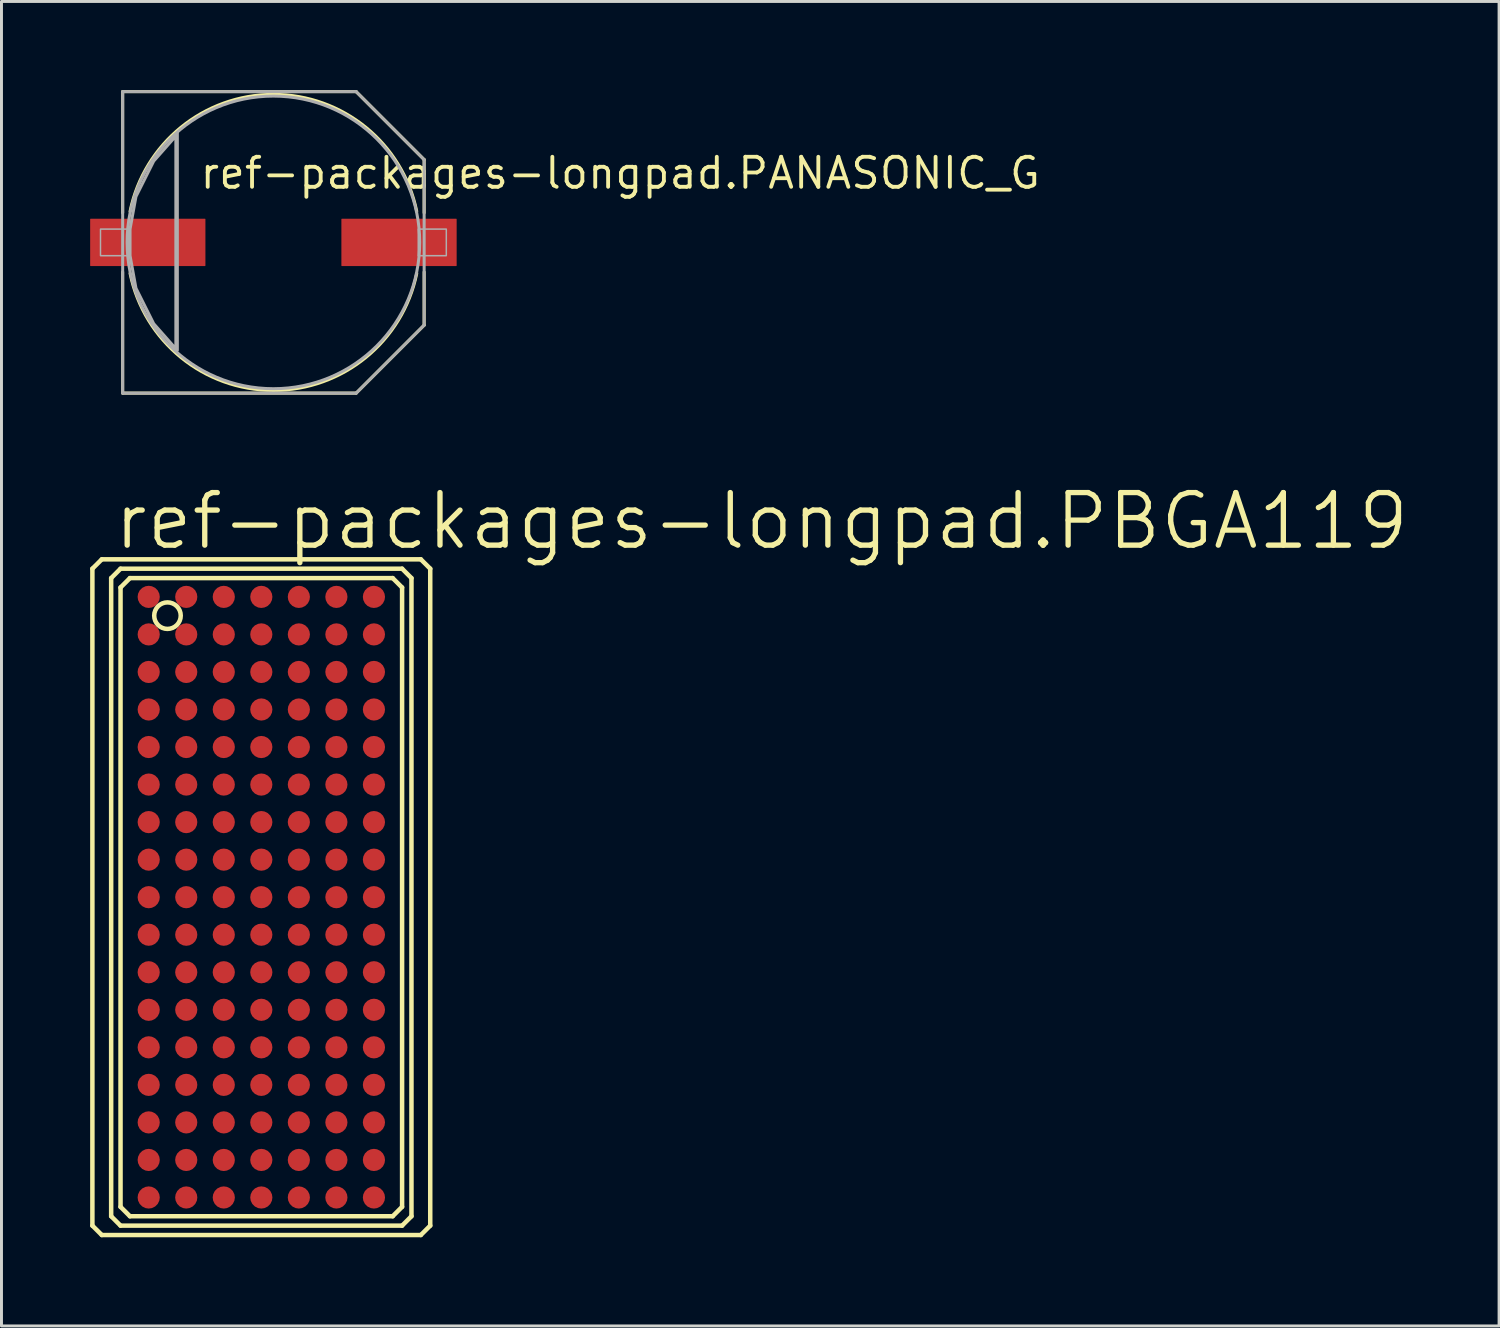
<source format=kicad_pcb>
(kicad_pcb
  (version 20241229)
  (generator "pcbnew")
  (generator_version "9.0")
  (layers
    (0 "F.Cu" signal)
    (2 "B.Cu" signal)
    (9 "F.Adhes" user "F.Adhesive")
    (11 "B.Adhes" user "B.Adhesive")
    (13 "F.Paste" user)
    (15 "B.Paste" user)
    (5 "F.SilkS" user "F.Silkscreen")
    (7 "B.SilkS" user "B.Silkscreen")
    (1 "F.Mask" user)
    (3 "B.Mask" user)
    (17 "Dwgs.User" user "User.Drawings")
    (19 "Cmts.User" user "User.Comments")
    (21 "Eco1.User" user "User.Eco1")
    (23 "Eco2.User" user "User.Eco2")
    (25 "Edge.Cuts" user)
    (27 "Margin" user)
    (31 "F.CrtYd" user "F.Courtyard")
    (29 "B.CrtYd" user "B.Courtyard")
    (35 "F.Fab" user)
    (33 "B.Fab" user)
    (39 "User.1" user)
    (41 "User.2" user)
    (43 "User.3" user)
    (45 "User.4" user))
  (footprint "ref-packages-longpad.PBGA119"
    (layer "F.Cu")
    (at 5.791 27.304)
    (property "Reference" "ref-packages-longpad.PBGA119" (at -5.08 -11.684 0) (layer "F.SilkS") (effects (font (size 1.778 1.778) (thickness 0.18)) (justify left bottom)))
    (attr smd)
    (fp_line (start -5.715 -11.113) (end -5.715 11.113) (stroke (width 0.152) (type default)) (layer "F.SilkS"))
    (fp_line (start -5.715 11.113) (end -5.397 11.43) (stroke (width 0.152) (type default)) (layer "F.SilkS"))
    (fp_line (start -5.397 -11.43) (end -5.715 -11.113) (stroke (width 0.152) (type default)) (layer "F.SilkS"))
    (fp_line (start -5.397 11.43) (end 5.397 11.43) (stroke (width 0.152) (type default)) (layer "F.SilkS"))
    (fp_line (start -5.08 -10.795) (end -5.08 10.795) (stroke (width 0.152) (type default)) (layer "F.SilkS"))
    (fp_line (start -5.08 10.795) (end -4.763 11.113) (stroke (width 0.152) (type default)) (layer "F.SilkS"))
    (fp_line (start -4.763 -11.113) (end -5.08 -10.795) (stroke (width 0.152) (type default)) (layer "F.SilkS"))
    (fp_line (start -4.763 -10.477) (end -4.763 10.477) (stroke (width 0.152) (type default)) (layer "F.SilkS"))
    (fp_line (start -4.763 10.477) (end -4.445 10.795) (stroke (width 0.152) (type default)) (layer "F.SilkS"))
    (fp_line (start -4.763 11.113) (end 4.763 11.113) (stroke (width 0.152) (type default)) (layer "F.SilkS"))
    (fp_line (start -4.445 -10.795) (end -4.763 -10.477) (stroke (width 0.152) (type default)) (layer "F.SilkS"))
    (fp_line (start -4.445 10.795) (end 4.445 10.795) (stroke (width 0.152) (type default)) (layer "F.SilkS"))
    (fp_line (start 4.445 -10.795) (end -4.445 -10.795) (stroke (width 0.152) (type default)) (layer "F.SilkS"))
    (fp_line (start 4.445 10.795) (end 4.763 10.477) (stroke (width 0.152) (type default)) (layer "F.SilkS"))
    (fp_line (start 4.763 -11.113) (end -4.763 -11.113) (stroke (width 0.152) (type default)) (layer "F.SilkS"))
    (fp_line (start 4.763 -10.477) (end 4.445 -10.795) (stroke (width 0.152) (type default)) (layer "F.SilkS"))
    (fp_line (start 4.763 10.477) (end 4.763 -10.477) (stroke (width 0.152) (type default)) (layer "F.SilkS"))
    (fp_line (start 4.763 11.113) (end 5.08 10.795) (stroke (width 0.152) (type default)) (layer "F.SilkS"))
    (fp_line (start 5.08 -10.795) (end 4.763 -11.113) (stroke (width 0.152) (type default)) (layer "F.SilkS"))
    (fp_line (start 5.08 10.795) (end 5.08 -10.795) (stroke (width 0.152) (type default)) (layer "F.SilkS"))
    (fp_line (start 5.397 -11.43) (end -5.397 -11.43) (stroke (width 0.152) (type default)) (layer "F.SilkS"))
    (fp_line (start 5.397 11.43) (end 5.715 11.113) (stroke (width 0.152) (type default)) (layer "F.SilkS"))
    (fp_line (start 5.715 -11.113) (end 5.397 -11.43) (stroke (width 0.152) (type default)) (layer "F.SilkS"))
    (fp_line (start 5.715 11.113) (end 5.715 -11.113) (stroke (width 0.152) (type default)) (layer "F.SilkS"))
    (fp_circle (center -3.175 -9.525) (end -2.726 -9.525) (stroke (width 0.152) (type default)) (fill no) (layer "F.SilkS"))
    (pad "1" smd roundrect (at -3.81 -10.16) (size 0.75 0.75) (layers "F.Cu" "F.Mask" "F.Paste") (roundrect_rratio 0.5))
    (pad "2" smd roundrect (at -2.54 -10.16) (size 0.75 0.75) (layers "F.Cu" "F.Mask" "F.Paste") (roundrect_rratio 0.5))
    (pad "3" smd roundrect (at -1.27 -10.16) (size 0.75 0.75) (layers "F.Cu" "F.Mask" "F.Paste") (roundrect_rratio 0.5))
    (pad "4" smd roundrect (at 0 -10.16) (size 0.75 0.75) (layers "F.Cu" "F.Mask" "F.Paste") (roundrect_rratio 0.5))
    (pad "5" smd roundrect (at 1.27 -10.16) (size 0.75 0.75) (layers "F.Cu" "F.Mask" "F.Paste") (roundrect_rratio 0.5))
    (pad "6" smd roundrect (at 2.54 -10.16) (size 0.75 0.75) (layers "F.Cu" "F.Mask" "F.Paste") (roundrect_rratio 0.5))
    (pad "7" smd roundrect (at 3.81 -10.16) (size 0.75 0.75) (layers "F.Cu" "F.Mask" "F.Paste") (roundrect_rratio 0.5))
    (pad "8" smd roundrect (at -3.81 -8.89) (size 0.75 0.75) (layers "F.Cu" "F.Mask" "F.Paste") (roundrect_rratio 0.5))
    (pad "9" smd roundrect (at -2.54 -8.89) (size 0.75 0.75) (layers "F.Cu" "F.Mask" "F.Paste") (roundrect_rratio 0.5))
    (pad "10" smd roundrect (at -1.27 -8.89) (size 0.75 0.75) (layers "F.Cu" "F.Mask" "F.Paste") (roundrect_rratio 0.5))
    (pad "11" smd roundrect (at 0 -8.89) (size 0.75 0.75) (layers "F.Cu" "F.Mask" "F.Paste") (roundrect_rratio 0.5))
    (pad "12" smd roundrect (at 1.27 -8.89) (size 0.75 0.75) (layers "F.Cu" "F.Mask" "F.Paste") (roundrect_rratio 0.5))
    (pad "13" smd roundrect (at 2.54 -8.89) (size 0.75 0.75) (layers "F.Cu" "F.Mask" "F.Paste") (roundrect_rratio 0.5))
    (pad "14" smd roundrect (at 3.81 -8.89) (size 0.75 0.75) (layers "F.Cu" "F.Mask" "F.Paste") (roundrect_rratio 0.5))
    (pad "15" smd roundrect (at -3.81 -7.62) (size 0.75 0.75) (layers "F.Cu" "F.Mask" "F.Paste") (roundrect_rratio 0.5))
    (pad "16" smd roundrect (at -2.54 -7.62) (size 0.75 0.75) (layers "F.Cu" "F.Mask" "F.Paste") (roundrect_rratio 0.5))
    (pad "17" smd roundrect (at -1.27 -7.62) (size 0.75 0.75) (layers "F.Cu" "F.Mask" "F.Paste") (roundrect_rratio 0.5))
    (pad "18" smd roundrect (at 0 -7.62) (size 0.75 0.75) (layers "F.Cu" "F.Mask" "F.Paste") (roundrect_rratio 0.5))
    (pad "19" smd roundrect (at 1.27 -7.62) (size 0.75 0.75) (layers "F.Cu" "F.Mask" "F.Paste") (roundrect_rratio 0.5))
    (pad "20" smd roundrect (at 2.54 -7.62) (size 0.75 0.75) (layers "F.Cu" "F.Mask" "F.Paste") (roundrect_rratio 0.5))
    (pad "21" smd roundrect (at 3.81 -7.62) (size 0.75 0.75) (layers "F.Cu" "F.Mask" "F.Paste") (roundrect_rratio 0.5))
    (pad "22" smd roundrect (at -3.81 -6.35) (size 0.75 0.75) (layers "F.Cu" "F.Mask" "F.Paste") (roundrect_rratio 0.5))
    (pad "23" smd roundrect (at -2.54 -6.35) (size 0.75 0.75) (layers "F.Cu" "F.Mask" "F.Paste") (roundrect_rratio 0.5))
    (pad "24" smd roundrect (at -1.27 -6.35) (size 0.75 0.75) (layers "F.Cu" "F.Mask" "F.Paste") (roundrect_rratio 0.5))
    (pad "25" smd roundrect (at 0 -6.35) (size 0.75 0.75) (layers "F.Cu" "F.Mask" "F.Paste") (roundrect_rratio 0.5))
    (pad "26" smd roundrect (at 1.27 -6.35) (size 0.75 0.75) (layers "F.Cu" "F.Mask" "F.Paste") (roundrect_rratio 0.5))
    (pad "27" smd roundrect (at 2.54 -6.35) (size 0.75 0.75) (layers "F.Cu" "F.Mask" "F.Paste") (roundrect_rratio 0.5))
    (pad "28" smd roundrect (at 3.81 -6.35) (size 0.75 0.75) (layers "F.Cu" "F.Mask" "F.Paste") (roundrect_rratio 0.5))
    (pad "29" smd roundrect (at -3.81 -5.08) (size 0.75 0.75) (layers "F.Cu" "F.Mask" "F.Paste") (roundrect_rratio 0.5))
    (pad "30" smd roundrect (at -2.54 -5.08) (size 0.75 0.75) (layers "F.Cu" "F.Mask" "F.Paste") (roundrect_rratio 0.5))
    (pad "31" smd roundrect (at -1.27 -5.08) (size 0.75 0.75) (layers "F.Cu" "F.Mask" "F.Paste") (roundrect_rratio 0.5))
    (pad "32" smd roundrect (at 0 -5.08) (size 0.75 0.75) (layers "F.Cu" "F.Mask" "F.Paste") (roundrect_rratio 0.5))
    (pad "33" smd roundrect (at 1.27 -5.08) (size 0.75 0.75) (layers "F.Cu" "F.Mask" "F.Paste") (roundrect_rratio 0.5))
    (pad "34" smd roundrect (at 2.54 -5.08) (size 0.75 0.75) (layers "F.Cu" "F.Mask" "F.Paste") (roundrect_rratio 0.5))
    (pad "35" smd roundrect (at 3.81 -5.08) (size 0.75 0.75) (layers "F.Cu" "F.Mask" "F.Paste") (roundrect_rratio 0.5))
    (pad "36" smd roundrect (at -3.81 -3.81) (size 0.75 0.75) (layers "F.Cu" "F.Mask" "F.Paste") (roundrect_rratio 0.5))
    (pad "37" smd roundrect (at -2.54 -3.81) (size 0.75 0.75) (layers "F.Cu" "F.Mask" "F.Paste") (roundrect_rratio 0.5))
    (pad "38" smd roundrect (at -1.27 -3.81) (size 0.75 0.75) (layers "F.Cu" "F.Mask" "F.Paste") (roundrect_rratio 0.5))
    (pad "39" smd roundrect (at 0 -3.81) (size 0.75 0.75) (layers "F.Cu" "F.Mask" "F.Paste") (roundrect_rratio 0.5))
    (pad "40" smd roundrect (at 1.27 -3.81) (size 0.75 0.75) (layers "F.Cu" "F.Mask" "F.Paste") (roundrect_rratio 0.5))
    (pad "41" smd roundrect (at 2.54 -3.81) (size 0.75 0.75) (layers "F.Cu" "F.Mask" "F.Paste") (roundrect_rratio 0.5))
    (pad "42" smd roundrect (at 3.81 -3.81) (size 0.75 0.75) (layers "F.Cu" "F.Mask" "F.Paste") (roundrect_rratio 0.5))
    (pad "43" smd roundrect (at -3.81 -2.54) (size 0.75 0.75) (layers "F.Cu" "F.Mask" "F.Paste") (roundrect_rratio 0.5))
    (pad "44" smd roundrect (at -2.54 -2.54) (size 0.75 0.75) (layers "F.Cu" "F.Mask" "F.Paste") (roundrect_rratio 0.5))
    (pad "45" smd roundrect (at -1.27 -2.54) (size 0.75 0.75) (layers "F.Cu" "F.Mask" "F.Paste") (roundrect_rratio 0.5))
    (pad "46" smd roundrect (at 0 -2.54) (size 0.75 0.75) (layers "F.Cu" "F.Mask" "F.Paste") (roundrect_rratio 0.5))
    (pad "47" smd roundrect (at 1.27 -2.54) (size 0.75 0.75) (layers "F.Cu" "F.Mask" "F.Paste") (roundrect_rratio 0.5))
    (pad "48" smd roundrect (at 2.54 -2.54) (size 0.75 0.75) (layers "F.Cu" "F.Mask" "F.Paste") (roundrect_rratio 0.5))
    (pad "49" smd roundrect (at 3.81 -2.54) (size 0.75 0.75) (layers "F.Cu" "F.Mask" "F.Paste") (roundrect_rratio 0.5))
    (pad "50" smd roundrect (at -3.81 -1.27) (size 0.75 0.75) (layers "F.Cu" "F.Mask" "F.Paste") (roundrect_rratio 0.5))
    (pad "51" smd roundrect (at -2.54 -1.27) (size 0.75 0.75) (layers "F.Cu" "F.Mask" "F.Paste") (roundrect_rratio 0.5))
    (pad "52" smd roundrect (at -1.27 -1.27) (size 0.75 0.75) (layers "F.Cu" "F.Mask" "F.Paste") (roundrect_rratio 0.5))
    (pad "53" smd roundrect (at 0 -1.27) (size 0.75 0.75) (layers "F.Cu" "F.Mask" "F.Paste") (roundrect_rratio 0.5))
    (pad "54" smd roundrect (at 1.27 -1.27) (size 0.75 0.75) (layers "F.Cu" "F.Mask" "F.Paste") (roundrect_rratio 0.5))
    (pad "55" smd roundrect (at 2.54 -1.27) (size 0.75 0.75) (layers "F.Cu" "F.Mask" "F.Paste") (roundrect_rratio 0.5))
    (pad "56" smd roundrect (at 3.81 -1.27) (size 0.75 0.75) (layers "F.Cu" "F.Mask" "F.Paste") (roundrect_rratio 0.5))
    (pad "57" smd roundrect (at -3.81 0) (size 0.75 0.75) (layers "F.Cu" "F.Mask" "F.Paste") (roundrect_rratio 0.5))
    (pad "58" smd roundrect (at -2.54 0) (size 0.75 0.75) (layers "F.Cu" "F.Mask" "F.Paste") (roundrect_rratio 0.5))
    (pad "59" smd roundrect (at -1.27 0) (size 0.75 0.75) (layers "F.Cu" "F.Mask" "F.Paste") (roundrect_rratio 0.5))
    (pad "60" smd roundrect (at 0 0) (size 0.75 0.75) (layers "F.Cu" "F.Mask" "F.Paste") (roundrect_rratio 0.5))
    (pad "61" smd roundrect (at 1.27 0) (size 0.75 0.75) (layers "F.Cu" "F.Mask" "F.Paste") (roundrect_rratio 0.5))
    (pad "62" smd roundrect (at 2.54 0) (size 0.75 0.75) (layers "F.Cu" "F.Mask" "F.Paste") (roundrect_rratio 0.5))
    (pad "63" smd roundrect (at 3.81 0) (size 0.75 0.75) (layers "F.Cu" "F.Mask" "F.Paste") (roundrect_rratio 0.5))
    (pad "64" smd roundrect (at -3.81 1.27) (size 0.75 0.75) (layers "F.Cu" "F.Mask" "F.Paste") (roundrect_rratio 0.5))
    (pad "65" smd roundrect (at -2.54 1.27) (size 0.75 0.75) (layers "F.Cu" "F.Mask" "F.Paste") (roundrect_rratio 0.5))
    (pad "66" smd roundrect (at -1.27 1.27) (size 0.75 0.75) (layers "F.Cu" "F.Mask" "F.Paste") (roundrect_rratio 0.5))
    (pad "67" smd roundrect (at 0 1.27) (size 0.75 0.75) (layers "F.Cu" "F.Mask" "F.Paste") (roundrect_rratio 0.5))
    (pad "68" smd roundrect (at 1.27 1.27) (size 0.75 0.75) (layers "F.Cu" "F.Mask" "F.Paste") (roundrect_rratio 0.5))
    (pad "69" smd roundrect (at 2.54 1.27) (size 0.75 0.75) (layers "F.Cu" "F.Mask" "F.Paste") (roundrect_rratio 0.5))
    (pad "70" smd roundrect (at 3.81 1.27) (size 0.75 0.75) (layers "F.Cu" "F.Mask" "F.Paste") (roundrect_rratio 0.5))
    (pad "71" smd roundrect (at -3.81 2.54) (size 0.75 0.75) (layers "F.Cu" "F.Mask" "F.Paste") (roundrect_rratio 0.5))
    (pad "72" smd roundrect (at -2.54 2.54) (size 0.75 0.75) (layers "F.Cu" "F.Mask" "F.Paste") (roundrect_rratio 0.5))
    (pad "73" smd roundrect (at -1.27 2.54) (size 0.75 0.75) (layers "F.Cu" "F.Mask" "F.Paste") (roundrect_rratio 0.5))
    (pad "74" smd roundrect (at 0 2.54) (size 0.75 0.75) (layers "F.Cu" "F.Mask" "F.Paste") (roundrect_rratio 0.5))
    (pad "75" smd roundrect (at 1.27 2.54) (size 0.75 0.75) (layers "F.Cu" "F.Mask" "F.Paste") (roundrect_rratio 0.5))
    (pad "76" smd roundrect (at 2.54 2.54) (size 0.75 0.75) (layers "F.Cu" "F.Mask" "F.Paste") (roundrect_rratio 0.5))
    (pad "77" smd roundrect (at 3.81 2.54) (size 0.75 0.75) (layers "F.Cu" "F.Mask" "F.Paste") (roundrect_rratio 0.5))
    (pad "78" smd roundrect (at -3.81 3.81) (size 0.75 0.75) (layers "F.Cu" "F.Mask" "F.Paste") (roundrect_rratio 0.5))
    (pad "79" smd roundrect (at -2.54 3.81) (size 0.75 0.75) (layers "F.Cu" "F.Mask" "F.Paste") (roundrect_rratio 0.5))
    (pad "80" smd roundrect (at -1.27 3.81) (size 0.75 0.75) (layers "F.Cu" "F.Mask" "F.Paste") (roundrect_rratio 0.5))
    (pad "81" smd roundrect (at 0 3.81) (size 0.75 0.75) (layers "F.Cu" "F.Mask" "F.Paste") (roundrect_rratio 0.5))
    (pad "82" smd roundrect (at 1.27 3.81) (size 0.75 0.75) (layers "F.Cu" "F.Mask" "F.Paste") (roundrect_rratio 0.5))
    (pad "83" smd roundrect (at 2.54 3.81) (size 0.75 0.75) (layers "F.Cu" "F.Mask" "F.Paste") (roundrect_rratio 0.5))
    (pad "84" smd roundrect (at 3.81 3.81) (size 0.75 0.75) (layers "F.Cu" "F.Mask" "F.Paste") (roundrect_rratio 0.5))
    (pad "85" smd roundrect (at -3.81 5.08) (size 0.75 0.75) (layers "F.Cu" "F.Mask" "F.Paste") (roundrect_rratio 0.5))
    (pad "86" smd roundrect (at -2.54 5.08) (size 0.75 0.75) (layers "F.Cu" "F.Mask" "F.Paste") (roundrect_rratio 0.5))
    (pad "87" smd roundrect (at -1.27 5.08) (size 0.75 0.75) (layers "F.Cu" "F.Mask" "F.Paste") (roundrect_rratio 0.5))
    (pad "88" smd roundrect (at 0 5.08) (size 0.75 0.75) (layers "F.Cu" "F.Mask" "F.Paste") (roundrect_rratio 0.5))
    (pad "89" smd roundrect (at 1.27 5.08) (size 0.75 0.75) (layers "F.Cu" "F.Mask" "F.Paste") (roundrect_rratio 0.5))
    (pad "90" smd roundrect (at 2.54 5.08) (size 0.75 0.75) (layers "F.Cu" "F.Mask" "F.Paste") (roundrect_rratio 0.5))
    (pad "91" smd roundrect (at 3.81 5.08) (size 0.75 0.75) (layers "F.Cu" "F.Mask" "F.Paste") (roundrect_rratio 0.5))
    (pad "92" smd roundrect (at -3.81 6.35) (size 0.75 0.75) (layers "F.Cu" "F.Mask" "F.Paste") (roundrect_rratio 0.5))
    (pad "93" smd roundrect (at -2.54 6.35) (size 0.75 0.75) (layers "F.Cu" "F.Mask" "F.Paste") (roundrect_rratio 0.5))
    (pad "94" smd roundrect (at -1.27 6.35) (size 0.75 0.75) (layers "F.Cu" "F.Mask" "F.Paste") (roundrect_rratio 0.5))
    (pad "95" smd roundrect (at 0 6.35) (size 0.75 0.75) (layers "F.Cu" "F.Mask" "F.Paste") (roundrect_rratio 0.5))
    (pad "96" smd roundrect (at 1.27 6.35) (size 0.75 0.75) (layers "F.Cu" "F.Mask" "F.Paste") (roundrect_rratio 0.5))
    (pad "97" smd roundrect (at 2.54 6.35) (size 0.75 0.75) (layers "F.Cu" "F.Mask" "F.Paste") (roundrect_rratio 0.5))
    (pad "98" smd roundrect (at 3.81 6.35) (size 0.75 0.75) (layers "F.Cu" "F.Mask" "F.Paste") (roundrect_rratio 0.5))
    (pad "99" smd roundrect (at -3.81 7.62) (size 0.75 0.75) (layers "F.Cu" "F.Mask" "F.Paste") (roundrect_rratio 0.5))
    (pad "100" smd roundrect (at -2.54 7.62) (size 0.75 0.75) (layers "F.Cu" "F.Mask" "F.Paste") (roundrect_rratio 0.5))
    (pad "101" smd roundrect (at -1.27 7.62) (size 0.75 0.75) (layers "F.Cu" "F.Mask" "F.Paste") (roundrect_rratio 0.5))
    (pad "102" smd roundrect (at 0 7.62) (size 0.75 0.75) (layers "F.Cu" "F.Mask" "F.Paste") (roundrect_rratio 0.5))
    (pad "103" smd roundrect (at 1.27 7.62) (size 0.75 0.75) (layers "F.Cu" "F.Mask" "F.Paste") (roundrect_rratio 0.5))
    (pad "104" smd roundrect (at 2.54 7.62) (size 0.75 0.75) (layers "F.Cu" "F.Mask" "F.Paste") (roundrect_rratio 0.5))
    (pad "105" smd roundrect (at 3.81 7.62) (size 0.75 0.75) (layers "F.Cu" "F.Mask" "F.Paste") (roundrect_rratio 0.5))
    (pad "106" smd roundrect (at -3.81 8.89) (size 0.75 0.75) (layers "F.Cu" "F.Mask" "F.Paste") (roundrect_rratio 0.5))
    (pad "107" smd roundrect (at -2.54 8.89) (size 0.75 0.75) (layers "F.Cu" "F.Mask" "F.Paste") (roundrect_rratio 0.5))
    (pad "108" smd roundrect (at -1.27 8.89) (size 0.75 0.75) (layers "F.Cu" "F.Mask" "F.Paste") (roundrect_rratio 0.5))
    (pad "109" smd roundrect (at 0 8.89) (size 0.75 0.75) (layers "F.Cu" "F.Mask" "F.Paste") (roundrect_rratio 0.5))
    (pad "110" smd roundrect (at 1.27 8.89) (size 0.75 0.75) (layers "F.Cu" "F.Mask" "F.Paste") (roundrect_rratio 0.5))
    (pad "111" smd roundrect (at 2.54 8.89) (size 0.75 0.75) (layers "F.Cu" "F.Mask" "F.Paste") (roundrect_rratio 0.5))
    (pad "112" smd roundrect (at 3.81 8.89) (size 0.75 0.75) (layers "F.Cu" "F.Mask" "F.Paste") (roundrect_rratio 0.5))
    (pad "113" smd roundrect (at -3.81 10.16) (size 0.75 0.75) (layers "F.Cu" "F.Mask" "F.Paste") (roundrect_rratio 0.5))
    (pad "114" smd roundrect (at -2.54 10.16) (size 0.75 0.75) (layers "F.Cu" "F.Mask" "F.Paste") (roundrect_rratio 0.5))
    (pad "115" smd roundrect (at -1.27 10.16) (size 0.75 0.75) (layers "F.Cu" "F.Mask" "F.Paste") (roundrect_rratio 0.5))
    (pad "116" smd roundrect (at 0 10.16) (size 0.75 0.75) (layers "F.Cu" "F.Mask" "F.Paste") (roundrect_rratio 0.5))
    (pad "117" smd roundrect (at 1.27 10.16) (size 0.75 0.75) (layers "F.Cu" "F.Mask" "F.Paste") (roundrect_rratio 0.5))
    (pad "118" smd roundrect (at 2.54 10.16) (size 0.75 0.75) (layers "F.Cu" "F.Mask" "F.Paste") (roundrect_rratio 0.5))
    (pad "119" smd roundrect (at 3.81 10.16) (size 0.75 0.75) (layers "F.Cu" "F.Mask" "F.Paste") (roundrect_rratio 0.5)))
  (footprint "ref-packages-longpad.PANASONIC_G"
    (layer "F.Cu")
    (at 6.2 5.151)
    (property "Reference" "ref-packages-longpad.PANASONIC_G" (at -2.55 -1.75 0) (layer "F.SilkS") (effects (font (size 1.016 1.016) (thickness 0.13)) (justify left bottom)))
    (attr smd)
    (fp_line (start -5.1 -5.1) (end 2.8 -5.1) (stroke (width 0.102) (type default)) (layer "F.SilkS"))
    (fp_line (start -5.1 -1) (end -5.1 -5.1) (stroke (width 0.102) (type default)) (layer "F.SilkS"))
    (fp_line (start -5.1 5.1) (end -5.1 1) (stroke (width 0.102) (type default)) (layer "F.SilkS"))
    (fp_line (start 2.8 -5.1) (end 5.1 -2.8) (stroke (width 0.102) (type default)) (layer "F.SilkS"))
    (fp_line (start 2.8 5.1) (end -5.1 5.1) (stroke (width 0.102) (type default)) (layer "F.SilkS"))
    (fp_line (start 5.1 -2.8) (end 5.1 -1) (stroke (width 0.102) (type default)) (layer "F.SilkS"))
    (fp_line (start 5.1 1) (end 5.1 2.8) (stroke (width 0.102) (type default)) (layer "F.SilkS"))
    (fp_line (start 5.1 2.8) (end 2.8 5.1) (stroke (width 0.102) (type default)) (layer "F.SilkS"))
    (fp_arc (start -4.85 -1.0508) (mid 0 -5.008491) (end 4.85 -1.0508) (stroke (width 0.1016) (type default)) (layer "F.SilkS"))
    (fp_arc (start 4.85 1.0508) (mid 0 5.008491) (end -4.85 1.0508) (stroke (width 0.1016) (type default)) (layer "F.SilkS"))
    (fp_line (start -5.1 -5.1) (end 2.8 -5.1) (stroke (width 0.102) (type default)) (layer "F.Fab"))
    (fp_line (start -5.1 5.1) (end -5.1 -5.1) (stroke (width 0.102) (type default)) (layer "F.Fab"))
    (fp_line (start -3.25 -3.7) (end -3.25 3.65) (stroke (width 0.102) (type default)) (layer "F.Fab"))
    (fp_line (start 2.8 -5.1) (end 5.1 -2.8) (stroke (width 0.102) (type default)) (layer "F.Fab"))
    (fp_line (start 2.8 5.1) (end -5.1 5.1) (stroke (width 0.102) (type default)) (layer "F.Fab"))
    (fp_line (start 5.1 -2.8) (end 5.1 2.8) (stroke (width 0.102) (type default)) (layer "F.Fab"))
    (fp_line (start 5.1 2.8) (end 2.8 5.1) (stroke (width 0.102) (type default)) (layer "F.Fab"))
    (fp_rect (start -5.85 0.45) (end -4.9 -0.45) (stroke (width 0.05) (type default)) (fill no) (layer "F.Fab"))
    (fp_rect (start 4.9 0.45) (end 5.85 -0.45) (stroke (width 0.05) (type default)) (fill no) (layer "F.Fab"))
    (fp_circle (center 0 0) (end 4.95 0) (stroke (width 0.102) (type default)) (fill no) (layer "F.Fab"))
    (fp_poly (pts (xy -3.3 -3.6) (xy -4.05 -2.75) (xy -4.65 -1.55) (xy -4.85 -0.45) (xy -4.85 0.45) (xy -4.65 1.55) (xy -4.05 2.75) (xy -3.3 3.6) (xy -3.3 -3.55)) (stroke (width 0.102) (type default)) (fill no) (layer "F.Fab"))
    (pad "+" smd roundrect (at 4.25 0) (size 3.9 1.6) (layers "F.Cu" "F.Mask" "F.Paste") (roundrect_rratio 0.01))
    (pad "-" smd roundrect (at -4.25 0) (size 3.9 1.6) (layers "F.Cu" "F.Mask" "F.Paste") (roundrect_rratio 0.01)))
  (gr_rect
    (start -3 -3)
    (end 47.668 41.81)
    (stroke (width 0.1) (type default))
    (fill no)
    (layer "Edge.Cuts")))
</source>
